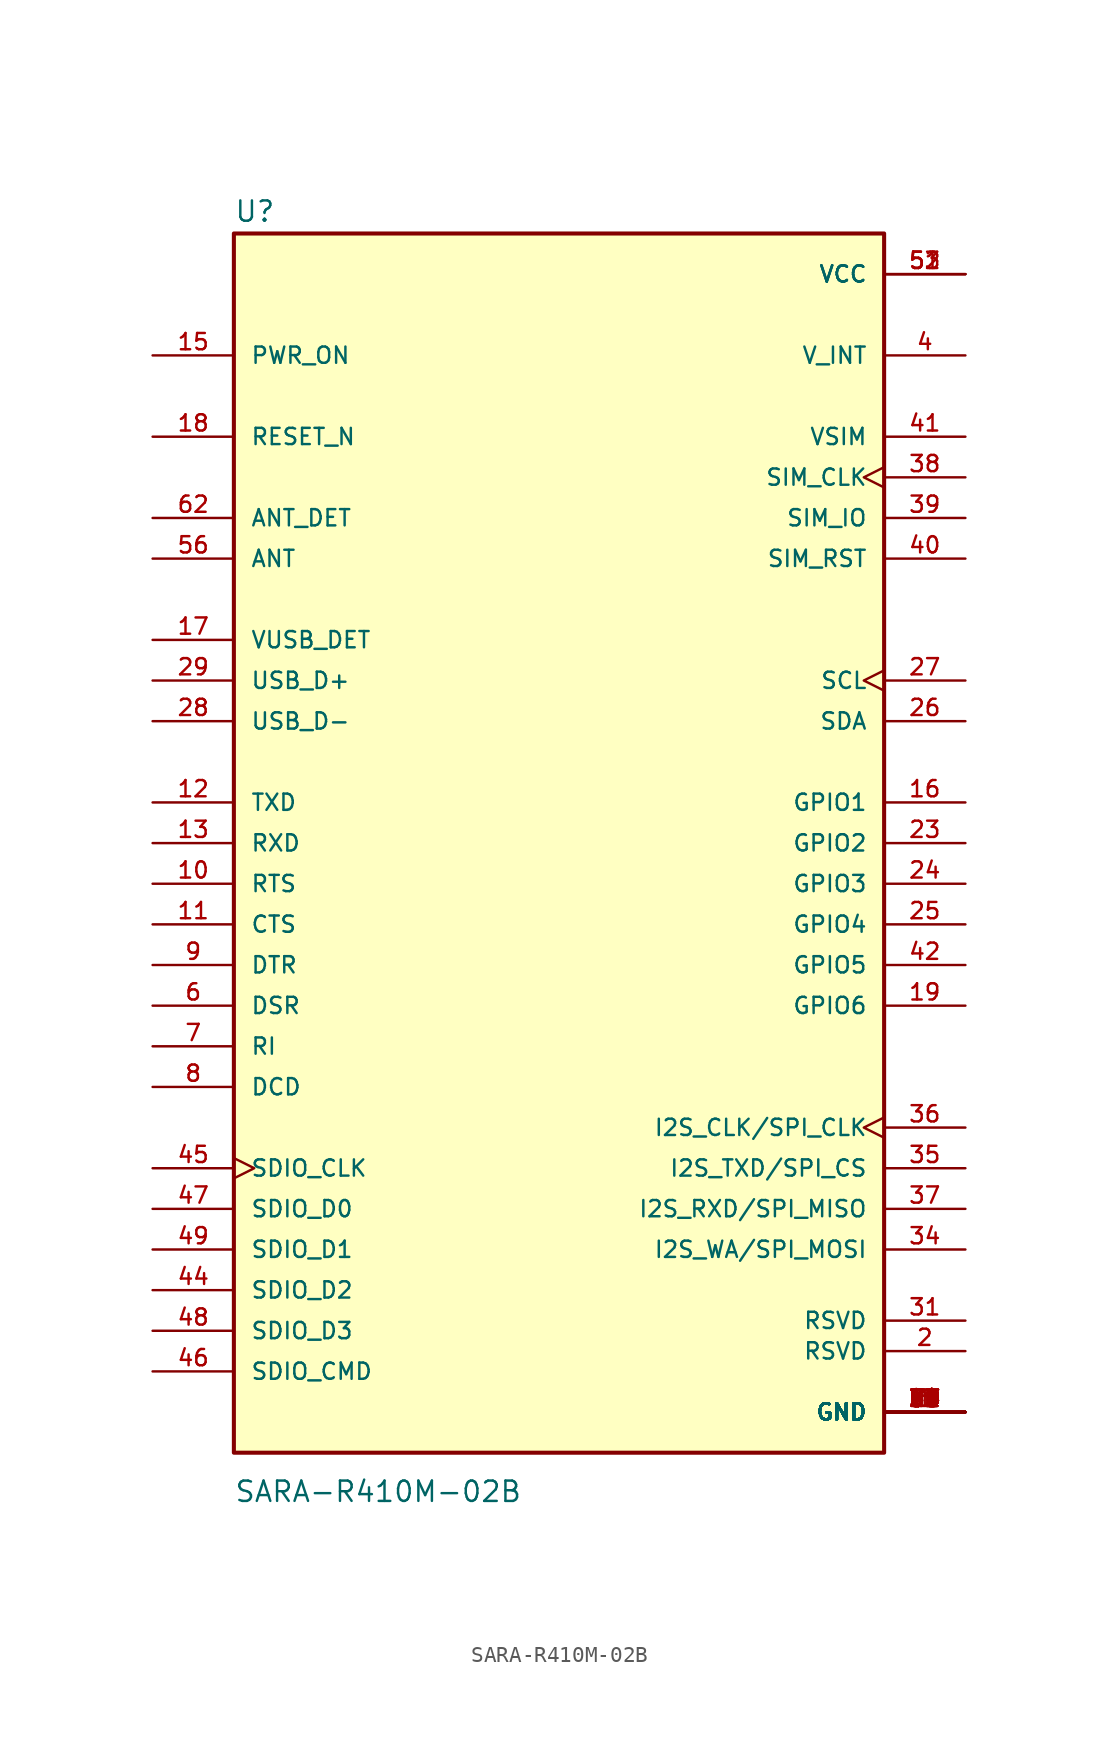
<source format=kicad_sym>
(kicad_symbol_lib
  (version 20211014)
  (generator kicad_symbol_editor)
  (symbol "SARA-R410M-02B"
    (pin_names
      (offset 1.016))
    (property "Reference" "U"
      (at -20.32 38.735 0)
      (effects (font (size 1.27 1.27)) (justify left bottom)))
    (property "Value" "SARA-R410M-02B"
      (at -20.32 -41.275 0)
      (effects (font (size 1.27 1.27)) (justify left bottom)))
    (property "ki_locked" ""
      (at 0 0 0)
      (effects (font (size 1.27 1.27))))
    (symbol "SARA-R410M-02B_0_0"
      (rectangle (start -20.32 -38.1) (end 20.32 38.1) (stroke (width 0.254) (type default) (color 0 0 0 0)) (fill (type background)))
      (pin power_in line (at 25.4 -35.56 180) (length 5.08) (name "GND" (effects (font (size 1.016 1.016)))) (number "1" (effects (font (size 1.016 1.016)))))
      (pin input line (at -25.4 -2.54 0) (length 5.08) (name "RTS" (effects (font (size 1.016 1.016)))) (number "10" (effects (font (size 1.016 1.016)))))
      (pin output line (at -25.4 -5.08 0) (length 5.08) (name "CTS" (effects (font (size 1.016 1.016)))) (number "11" (effects (font (size 1.016 1.016)))))
      (pin input line (at -25.4 2.54 0) (length 5.08) (name "TXD" (effects (font (size 1.016 1.016)))) (number "12" (effects (font (size 1.016 1.016)))))
      (pin output line (at -25.4 0 0) (length 5.08) (name "RXD" (effects (font (size 1.016 1.016)))) (number "13" (effects (font (size 1.016 1.016)))))
      (pin power_in line (at 25.4 -35.56 180) (length 5.08) (name "GND" (effects (font (size 1.016 1.016)))) (number "14" (effects (font (size 1.016 1.016)))))
      (pin input line (at -25.4 30.48 0) (length 5.08) (name "PWR_ON" (effects (font (size 1.016 1.016)))) (number "15" (effects (font (size 1.016 1.016)))))
      (pin bidirectional line (at 25.4 2.54 180) (length 5.08) (name "GPIO1" (effects (font (size 1.016 1.016)))) (number "16" (effects (font (size 1.016 1.016)))))
      (pin input line (at -25.4 12.7 0) (length 5.08) (name "VUSB_DET" (effects (font (size 1.016 1.016)))) (number "17" (effects (font (size 1.016 1.016)))))
      (pin input line (at -25.4 25.4 0) (length 5.08) (name "RESET_N" (effects (font (size 1.016 1.016)))) (number "18" (effects (font (size 1.016 1.016)))))
      (pin bidirectional line (at 25.4 -10.16 180) (length 5.08) (name "GPIO6" (effects (font (size 1.016 1.016)))) (number "19" (effects (font (size 1.016 1.016)))))
      (pin passive line (at 25.4 -31.75 180) (length 5.08) (name "RSVD" (effects (font (size 1.016 1.016)))) (number "2" (effects (font (size 1.016 1.016)))))
      (pin power_in line (at 25.4 -35.56 180) (length 5.08) (name "GND" (effects (font (size 1.016 1.016)))) (number "20" (effects (font (size 1.016 1.016)))))
      (pin power_in line (at 25.4 -35.56 180) (length 5.08) (name "GND" (effects (font (size 1.016 1.016)))) (number "21" (effects (font (size 1.016 1.016)))))
      (pin power_in line (at 25.4 -35.56 180) (length 5.08) (name "GND" (effects (font (size 1.016 1.016)))) (number "22" (effects (font (size 1.016 1.016)))))
      (pin bidirectional line (at 25.4 0 180) (length 5.08) (name "GPIO2" (effects (font (size 1.016 1.016)))) (number "23" (effects (font (size 1.016 1.016)))))
      (pin bidirectional line (at 25.4 -2.54 180) (length 5.08) (name "GPIO3" (effects (font (size 1.016 1.016)))) (number "24" (effects (font (size 1.016 1.016)))))
      (pin bidirectional line (at 25.4 -5.08 180) (length 5.08) (name "GPIO4" (effects (font (size 1.016 1.016)))) (number "25" (effects (font (size 1.016 1.016)))))
      (pin bidirectional line (at 25.4 7.62 180) (length 5.08) (name "SDA" (effects (font (size 1.016 1.016)))) (number "26" (effects (font (size 1.016 1.016)))))
      (pin output clock (at 25.4 10.16 180) (length 5.08) (name "SCL" (effects (font (size 1.016 1.016)))) (number "27" (effects (font (size 1.016 1.016)))))
      (pin bidirectional line (at -25.4 7.62 0) (length 5.08) (name "USB_D-" (effects (font (size 1.016 1.016)))) (number "28" (effects (font (size 1.016 1.016)))))
      (pin bidirectional line (at -25.4 10.16 0) (length 5.08) (name "USB_D+" (effects (font (size 1.016 1.016)))) (number "29" (effects (font (size 1.016 1.016)))))
      (pin power_in line (at 25.4 -35.56 180) (length 5.08) (name "GND" (effects (font (size 1.016 1.016)))) (number "3" (effects (font (size 1.016 1.016)))))
      (pin power_in line (at 25.4 -35.56 180) (length 5.08) (name "GND" (effects (font (size 1.016 1.016)))) (number "30" (effects (font (size 1.016 1.016)))))
      (pin passive line (at 25.4 -29.845 180) (length 5.08) (name "RSVD" (effects (font (size 1.016 1.016)))) (number "31" (effects (font (size 1.016 1.016)))))
      (pin power_in line (at 25.4 -35.56 180) (length 5.08) (name "GND" (effects (font (size 1.016 1.016)))) (number "32" (effects (font (size 1.016 1.016)))))
      (pin power_in line (at 25.4 -35.56 180) (length 5.08) (name "GND" (effects (font (size 1.016 1.016)))) (number "33" (effects (font (size 1.016 1.016)))))
      (pin output line (at 25.4 -25.4 180) (length 5.08) (name "I2S_WA/SPI_MOSI" (effects (font (size 1.016 1.016)))) (number "34" (effects (font (size 1.016 1.016)))))
      (pin output line (at 25.4 -20.32 180) (length 5.08) (name "I2S_TXD/SPI_CS" (effects (font (size 1.016 1.016)))) (number "35" (effects (font (size 1.016 1.016)))))
      (pin output clock (at 25.4 -17.78 180) (length 5.08) (name "I2S_CLK/SPI_CLK" (effects (font (size 1.016 1.016)))) (number "36" (effects (font (size 1.016 1.016)))))
      (pin input line (at 25.4 -22.86 180) (length 5.08) (name "I2S_RXD/SPI_MISO" (effects (font (size 1.016 1.016)))) (number "37" (effects (font (size 1.016 1.016)))))
      (pin output clock (at 25.4 22.86 180) (length 5.08) (name "SIM_CLK" (effects (font (size 1.016 1.016)))) (number "38" (effects (font (size 1.016 1.016)))))
      (pin bidirectional line (at 25.4 20.32 180) (length 5.08) (name "SIM_IO" (effects (font (size 1.016 1.016)))) (number "39" (effects (font (size 1.016 1.016)))))
      (pin output line (at 25.4 30.48 180) (length 5.08) (name "V_INT" (effects (font (size 1.016 1.016)))) (number "4" (effects (font (size 1.016 1.016)))))
      (pin output line (at 25.4 17.78 180) (length 5.08) (name "SIM_RST" (effects (font (size 1.016 1.016)))) (number "40" (effects (font (size 1.016 1.016)))))
      (pin output line (at 25.4 25.4 180) (length 5.08) (name "VSIM" (effects (font (size 1.016 1.016)))) (number "41" (effects (font (size 1.016 1.016)))))
      (pin bidirectional line (at 25.4 -7.62 180) (length 5.08) (name "GPIO5" (effects (font (size 1.016 1.016)))) (number "42" (effects (font (size 1.016 1.016)))))
      (pin power_in line (at 25.4 -35.56 180) (length 5.08) (name "GND" (effects (font (size 1.016 1.016)))) (number "43" (effects (font (size 1.016 1.016)))))
      (pin bidirectional line (at -25.4 -27.94 0) (length 5.08) (name "SDIO_D2" (effects (font (size 1.016 1.016)))) (number "44" (effects (font (size 1.016 1.016)))))
      (pin output clock (at -25.4 -20.32 0) (length 5.08) (name "SDIO_CLK" (effects (font (size 1.016 1.016)))) (number "45" (effects (font (size 1.016 1.016)))))
      (pin bidirectional line (at -25.4 -33.02 0) (length 5.08) (name "SDIO_CMD" (effects (font (size 1.016 1.016)))) (number "46" (effects (font (size 1.016 1.016)))))
      (pin bidirectional line (at -25.4 -22.86 0) (length 5.08) (name "SDIO_D0" (effects (font (size 1.016 1.016)))) (number "47" (effects (font (size 1.016 1.016)))))
      (pin bidirectional line (at -25.4 -30.48 0) (length 5.08) (name "SDIO_D3" (effects (font (size 1.016 1.016)))) (number "48" (effects (font (size 1.016 1.016)))))
      (pin bidirectional line (at -25.4 -25.4 0) (length 5.08) (name "SDIO_D1" (effects (font (size 1.016 1.016)))) (number "49" (effects (font (size 1.016 1.016)))))
      (pin power_in line (at 25.4 -35.56 180) (length 5.08) (name "GND" (effects (font (size 1.016 1.016)))) (number "5" (effects (font (size 1.016 1.016)))))
      (pin power_in line (at 25.4 -35.56 180) (length 5.08) (name "GND" (effects (font (size 1.016 1.016)))) (number "50" (effects (font (size 1.016 1.016)))))
      (pin power_in line (at 25.4 35.56 180) (length 5.08) (name "VCC" (effects (font (size 1.016 1.016)))) (number "51" (effects (font (size 1.016 1.016)))))
      (pin power_in line (at 25.4 35.56 180) (length 5.08) (name "VCC" (effects (font (size 1.016 1.016)))) (number "52" (effects (font (size 1.016 1.016)))))
      (pin power_in line (at 25.4 35.56 180) (length 5.08) (name "VCC" (effects (font (size 1.016 1.016)))) (number "53" (effects (font (size 1.016 1.016)))))
      (pin power_in line (at 25.4 -35.56 180) (length 5.08) (name "GND" (effects (font (size 1.016 1.016)))) (number "54" (effects (font (size 1.016 1.016)))))
      (pin power_in line (at 25.4 -35.56 180) (length 5.08) (name "GND" (effects (font (size 1.016 1.016)))) (number "55" (effects (font (size 1.016 1.016)))))
      (pin bidirectional line (at -25.4 17.78 0) (length 5.08) (name "ANT" (effects (font (size 1.016 1.016)))) (number "56" (effects (font (size 1.016 1.016)))))
      (pin power_in line (at 25.4 -35.56 180) (length 5.08) (name "GND" (effects (font (size 1.016 1.016)))) (number "57" (effects (font (size 1.016 1.016)))))
      (pin power_in line (at 25.4 -35.56 180) (length 5.08) (name "GND" (effects (font (size 1.016 1.016)))) (number "58" (effects (font (size 1.016 1.016)))))
      (pin power_in line (at 25.4 -35.56 180) (length 5.08) (name "GND" (effects (font (size 1.016 1.016)))) (number "59" (effects (font (size 1.016 1.016)))))
      (pin output line (at -25.4 -10.16 0) (length 5.08) (name "DSR" (effects (font (size 1.016 1.016)))) (number "6" (effects (font (size 1.016 1.016)))))
      (pin power_in line (at 25.4 -35.56 180) (length 5.08) (name "GND" (effects (font (size 1.016 1.016)))) (number "60" (effects (font (size 1.016 1.016)))))
      (pin power_in line (at 25.4 -35.56 180) (length 5.08) (name "GND" (effects (font (size 1.016 1.016)))) (number "61" (effects (font (size 1.016 1.016)))))
      (pin input line (at -25.4 20.32 0) (length 5.08) (name "ANT_DET" (effects (font (size 1.016 1.016)))) (number "62" (effects (font (size 1.016 1.016)))))
      (pin power_in line (at 25.4 -35.56 180) (length 5.08) (name "GND" (effects (font (size 1.016 1.016)))) (number "63" (effects (font (size 1.016 1.016)))))
      (pin power_in line (at 25.4 -35.56 180) (length 5.08) (name "GND" (effects (font (size 1.016 1.016)))) (number "64" (effects (font (size 1.016 1.016)))))
      (pin power_in line (at 25.4 -35.56 180) (length 5.08) (name "GND" (effects (font (size 1.016 1.016)))) (number "65" (effects (font (size 1.016 1.016)))))
      (pin power_in line (at 25.4 -35.56 180) (length 5.08) (name "GND" (effects (font (size 1.016 1.016)))) (number "66" (effects (font (size 1.016 1.016)))))
      (pin power_in line (at 25.4 -35.56 180) (length 5.08) (name "GND" (effects (font (size 1.016 1.016)))) (number "67" (effects (font (size 1.016 1.016)))))
      (pin power_in line (at 25.4 -35.56 180) (length 5.08) (name "GND" (effects (font (size 1.016 1.016)))) (number "68" (effects (font (size 1.016 1.016)))))
      (pin power_in line (at 25.4 -35.56 180) (length 5.08) (name "GND" (effects (font (size 1.016 1.016)))) (number "69" (effects (font (size 1.016 1.016)))))
      (pin output line (at -25.4 -12.7 0) (length 5.08) (name "RI" (effects (font (size 1.016 1.016)))) (number "7" (effects (font (size 1.016 1.016)))))
      (pin power_in line (at 25.4 -35.56 180) (length 5.08) (name "GND" (effects (font (size 1.016 1.016)))) (number "70" (effects (font (size 1.016 1.016)))))
      (pin power_in line (at 25.4 -35.56 180) (length 5.08) (name "GND" (effects (font (size 1.016 1.016)))) (number "71" (effects (font (size 1.016 1.016)))))
      (pin power_in line (at 25.4 -35.56 180) (length 5.08) (name "GND" (effects (font (size 1.016 1.016)))) (number "72" (effects (font (size 1.016 1.016)))))
      (pin power_in line (at 25.4 -35.56 180) (length 5.08) (name "GND" (effects (font (size 1.016 1.016)))) (number "73" (effects (font (size 1.016 1.016)))))
      (pin power_in line (at 25.4 -35.56 180) (length 5.08) (name "GND" (effects (font (size 1.016 1.016)))) (number "74" (effects (font (size 1.016 1.016)))))
      (pin power_in line (at 25.4 -35.56 180) (length 5.08) (name "GND" (effects (font (size 1.016 1.016)))) (number "75" (effects (font (size 1.016 1.016)))))
      (pin power_in line (at 25.4 -35.56 180) (length 5.08) (name "GND" (effects (font (size 1.016 1.016)))) (number "76" (effects (font (size 1.016 1.016)))))
      (pin power_in line (at 25.4 -35.56 180) (length 5.08) (name "GND" (effects (font (size 1.016 1.016)))) (number "77" (effects (font (size 1.016 1.016)))))
      (pin power_in line (at 25.4 -35.56 180) (length 5.08) (name "GND" (effects (font (size 1.016 1.016)))) (number "78" (effects (font (size 1.016 1.016)))))
      (pin power_in line (at 25.4 -35.56 180) (length 5.08) (name "GND" (effects (font (size 1.016 1.016)))) (number "79" (effects (font (size 1.016 1.016)))))
      (pin output line (at -25.4 -15.24 0) (length 5.08) (name "DCD" (effects (font (size 1.016 1.016)))) (number "8" (effects (font (size 1.016 1.016)))))
      (pin power_in line (at 25.4 -35.56 180) (length 5.08) (name "GND" (effects (font (size 1.016 1.016)))) (number "80" (effects (font (size 1.016 1.016)))))
      (pin power_in line (at 25.4 -35.56 180) (length 5.08) (name "GND" (effects (font (size 1.016 1.016)))) (number "81" (effects (font (size 1.016 1.016)))))
      (pin power_in line (at 25.4 -35.56 180) (length 5.08) (name "GND" (effects (font (size 1.016 1.016)))) (number "82" (effects (font (size 1.016 1.016)))))
      (pin power_in line (at 25.4 -35.56 180) (length 5.08) (name "GND" (effects (font (size 1.016 1.016)))) (number "83" (effects (font (size 1.016 1.016)))))
      (pin power_in line (at 25.4 -35.56 180) (length 5.08) (name "GND" (effects (font (size 1.016 1.016)))) (number "84" (effects (font (size 1.016 1.016)))))
      (pin power_in line (at 25.4 -35.56 180) (length 5.08) (name "GND" (effects (font (size 1.016 1.016)))) (number "85" (effects (font (size 1.016 1.016)))))
      (pin power_in line (at 25.4 -35.56 180) (length 5.08) (name "GND" (effects (font (size 1.016 1.016)))) (number "86" (effects (font (size 1.016 1.016)))))
      (pin power_in line (at 25.4 -35.56 180) (length 5.08) (name "GND" (effects (font (size 1.016 1.016)))) (number "87" (effects (font (size 1.016 1.016)))))
      (pin power_in line (at 25.4 -35.56 180) (length 5.08) (name "GND" (effects (font (size 1.016 1.016)))) (number "88" (effects (font (size 1.016 1.016)))))
      (pin power_in line (at 25.4 -35.56 180) (length 5.08) (name "GND" (effects (font (size 1.016 1.016)))) (number "89" (effects (font (size 1.016 1.016)))))
      (pin input line (at -25.4 -7.62 0) (length 5.08) (name "DTR" (effects (font (size 1.016 1.016)))) (number "9" (effects (font (size 1.016 1.016)))))
      (pin power_in line (at 25.4 -35.56 180) (length 5.08) (name "GND" (effects (font (size 1.016 1.016)))) (number "90" (effects (font (size 1.016 1.016)))))
      (pin power_in line (at 25.4 -35.56 180) (length 5.08) (name "GND" (effects (font (size 1.016 1.016)))) (number "91" (effects (font (size 1.016 1.016)))))
      (pin power_in line (at 25.4 -35.56 180) (length 5.08) (name "GND" (effects (font (size 1.016 1.016)))) (number "92" (effects (font (size 1.016 1.016)))))
      (pin power_in line (at 25.4 -35.56 180) (length 5.08) (name "GND" (effects (font (size 1.016 1.016)))) (number "93" (effects (font (size 1.016 1.016)))))
      (pin power_in line (at 25.4 -35.56 180) (length 5.08) (name "GND" (effects (font (size 1.016 1.016)))) (number "94" (effects (font (size 1.016 1.016)))))
      (pin power_in line (at 25.4 -35.56 180) (length 5.08) (name "GND" (effects (font (size 1.016 1.016)))) (number "95" (effects (font (size 1.016 1.016)))))
      (pin power_in line (at 25.4 -35.56 180) (length 5.08) (name "GND" (effects (font (size 1.016 1.016)))) (number "96" (effects (font (size 1.016 1.016))))))))
</source>
